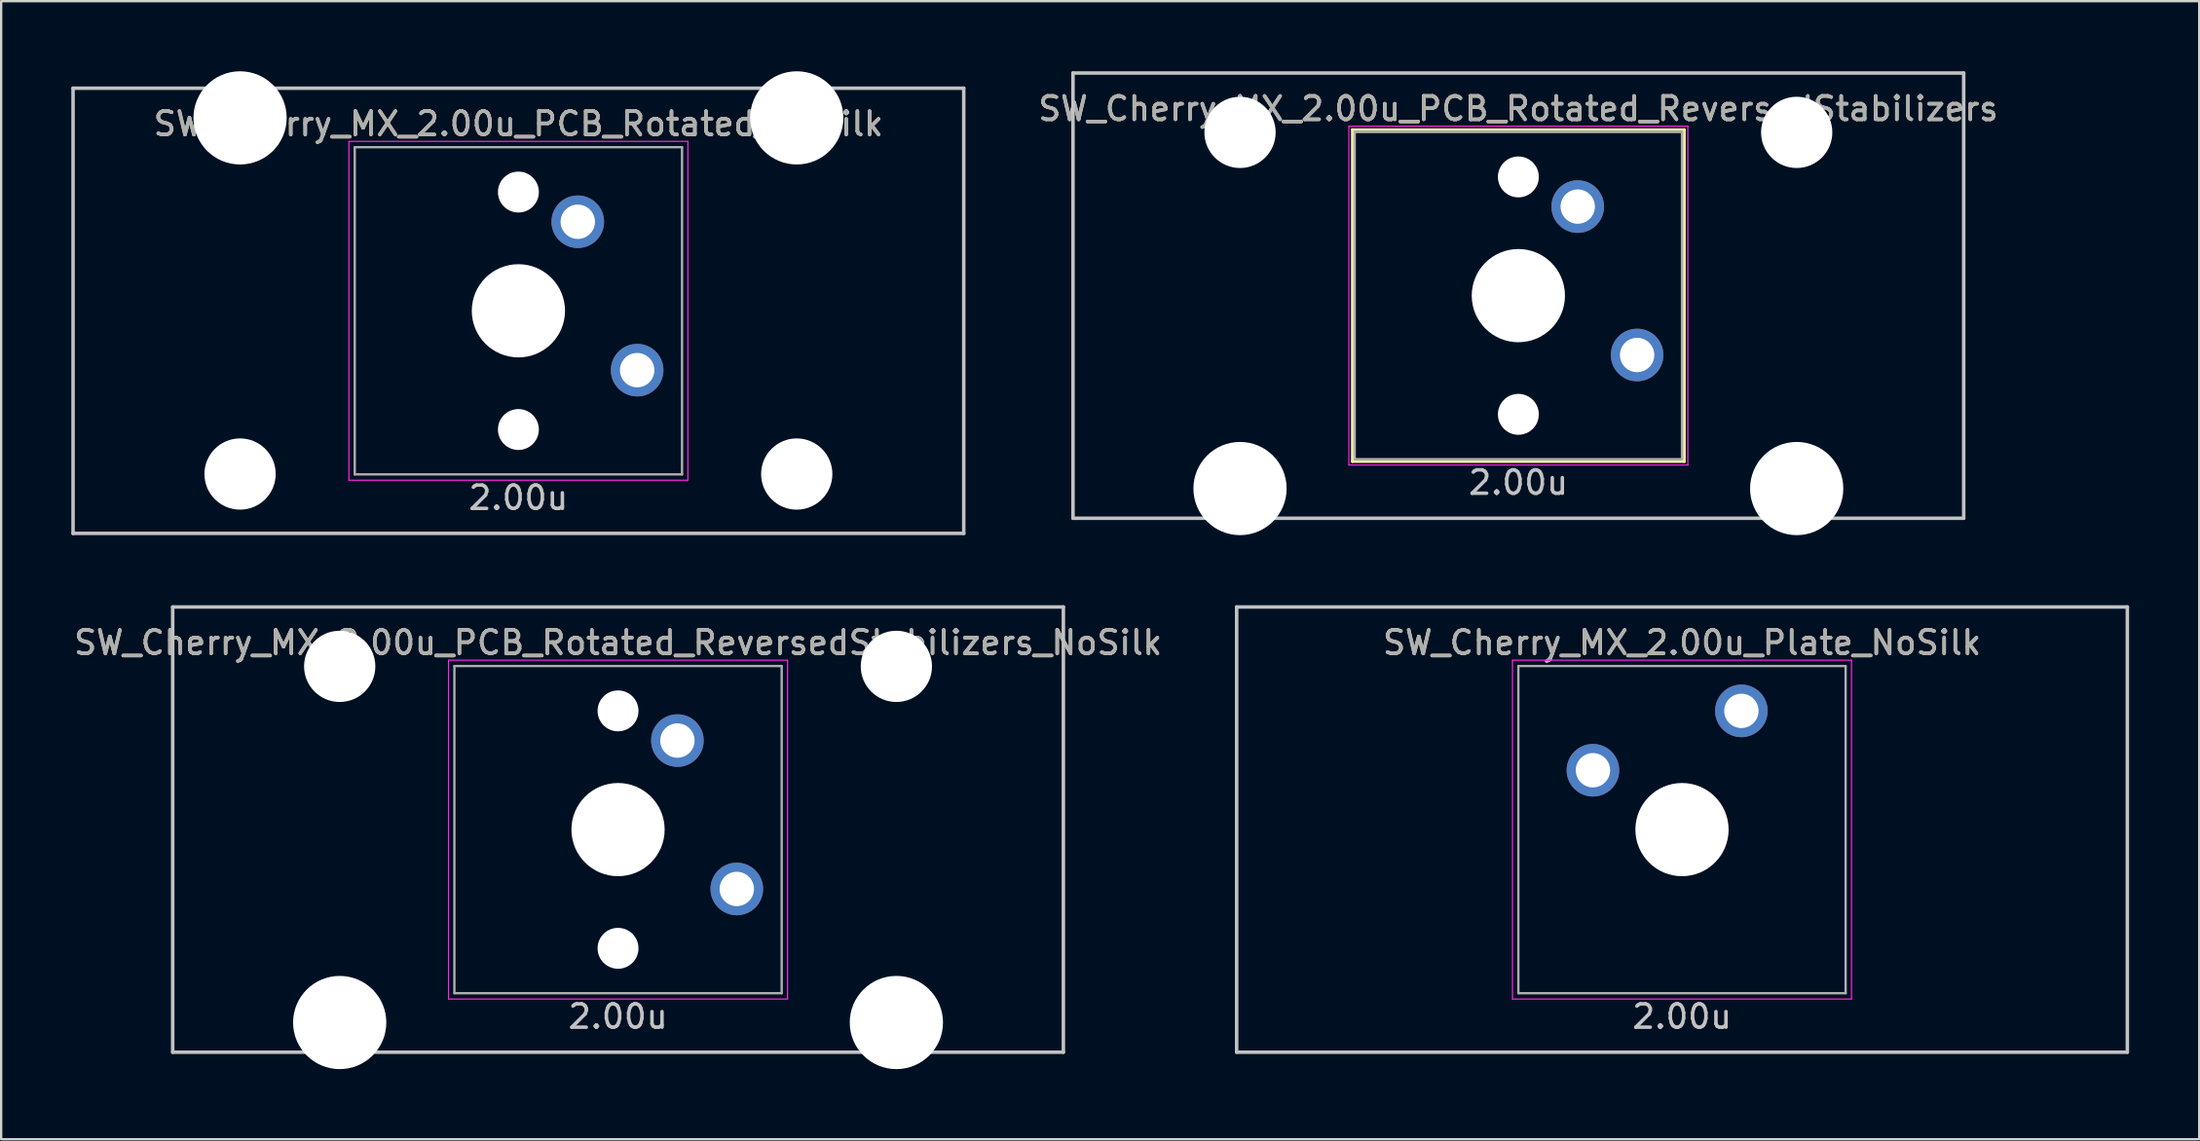
<source format=kicad_pcb>
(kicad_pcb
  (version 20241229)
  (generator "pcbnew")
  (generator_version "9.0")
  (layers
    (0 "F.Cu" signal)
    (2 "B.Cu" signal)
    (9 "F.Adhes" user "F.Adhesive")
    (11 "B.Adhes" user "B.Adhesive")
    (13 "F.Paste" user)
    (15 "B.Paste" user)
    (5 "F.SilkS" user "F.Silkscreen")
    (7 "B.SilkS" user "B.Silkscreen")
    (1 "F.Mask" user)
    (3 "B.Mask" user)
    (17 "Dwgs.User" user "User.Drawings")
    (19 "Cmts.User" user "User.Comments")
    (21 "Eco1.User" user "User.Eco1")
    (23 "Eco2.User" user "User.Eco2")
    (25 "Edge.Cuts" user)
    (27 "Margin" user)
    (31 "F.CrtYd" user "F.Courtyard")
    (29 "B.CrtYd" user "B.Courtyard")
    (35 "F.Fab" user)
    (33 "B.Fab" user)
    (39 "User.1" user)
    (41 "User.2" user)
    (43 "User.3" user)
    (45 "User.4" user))
  (footprint "SW_Cherry_MX_2.00u_PCB_Rotated_ReversedStabilizers_NoSilk"
    (layer "F.Cu")
    (at 23.387 32.449)
    (property "Reference" "SW_Cherry_MX_2.00u_PCB_Rotated_ReversedStabilizers_NoSilk" (at 0 -8 0) (layer "F.SilkS") (effects (font (size 1 1) (thickness 0.15))))
    (attr through_hole)
    (fp_line (start -19.05 9.525) (end -19.05 -9.525) (stroke (width 0.15) (type solid)) (layer "Dwgs.User"))
    (fp_line (start 19.05 -9.525) (end -19.05 -9.525) (stroke (width 0.15) (type solid)) (layer "Dwgs.User"))
    (fp_line (start 19.05 -9.525) (end 19.05 9.525) (stroke (width 0.15) (type solid)) (layer "Dwgs.User"))
    (fp_line (start 19.05 9.525) (end -19.05 9.525) (stroke (width 0.15) (type solid)) (layer "Dwgs.User"))
    (fp_line (start -7.25 -7.25) (end 7.25 -7.25) (stroke (width 0.05) (type solid)) (layer "F.CrtYd"))
    (fp_line (start -7.25 7.25) (end -7.25 -7.25) (stroke (width 0.05) (type solid)) (layer "F.CrtYd"))
    (fp_line (start 7.25 -7.25) (end 7.25 7.25) (stroke (width 0.05) (type solid)) (layer "F.CrtYd"))
    (fp_line (start 7.25 7.25) (end -7.25 7.25) (stroke (width 0.05) (type solid)) (layer "F.CrtYd"))
    (fp_line (start -7 -7) (end 7 -7) (stroke (width 0.1) (type solid)) (layer "F.Fab"))
    (fp_line (start -7 7) (end -7 -7) (stroke (width 0.1) (type solid)) (layer "F.Fab"))
    (fp_line (start 7 -7) (end 7 7) (stroke (width 0.1) (type solid)) (layer "F.Fab"))
    (fp_line (start 7 7) (end -7 7) (stroke (width 0.1) (type solid)) (layer "F.Fab"))
    (fp_text user "2.00u" (at 0 8 0) (layer "Dwgs.User") (effects (font (size 1 1) (thickness 0.15))))
    (fp_text user "${REFERENCE}" (at 0 -8 0) (layer "F.Fab") (effects (font (size 1 1) (thickness 0.15))))
    (pad "" np_thru_hole circle (at -11.906 -6.985 180) (size 3.048 3.048) (drill 3.048) (layers "*.Cu" "*.Mask"))
    (pad "" np_thru_hole circle (at -11.906 8.255 180) (size 3.988 3.988) (drill 3.988) (layers "*.Cu" "*.Mask"))
    (pad "" np_thru_hole circle (at 0 -5.08 318.1) (size 1.75 1.75) (drill 1.75) (layers "*.Cu" "*.Mask"))
    (pad "" np_thru_hole circle (at 0 0 270) (size 3.988 3.988) (drill 3.988) (layers "*.Cu" "*.Mask"))
    (pad "" np_thru_hole circle (at 0 5.08 318.1) (size 1.75 1.75) (drill 1.75) (layers "*.Cu" "*.Mask"))
    (pad "" np_thru_hole circle (at 11.906 -6.985 180) (size 3.048 3.048) (drill 3.048) (layers "*.Cu" "*.Mask"))
    (pad "" np_thru_hole circle (at 11.906 8.255 180) (size 3.988 3.988) (drill 3.988) (layers "*.Cu" "*.Mask"))
    (pad "1" thru_hole circle (at 2.54 -3.81 270) (size 2.25 2.25) (drill 1.47) (layers "*.Cu" "B.Mask"))
    (pad "2" thru_hole circle (at 5.08 2.54 270) (size 2.25 2.25) (drill 1.47) (layers "*.Cu" "B.Mask")))
  (footprint "SW_Cherry_MX_2.00u_PCB_Rotated_NoSilk"
    (layer "F.Cu")
    (at 19.125 10.249)
    (property "Reference" "SW_Cherry_MX_2.00u_PCB_Rotated_NoSilk" (at 0 -8 0) (layer "F.SilkS") (effects (font (size 1 1) (thickness 0.15))))
    (attr through_hole)
    (fp_line (start -19.05 9.525) (end -19.05 -9.525) (stroke (width 0.15) (type solid)) (layer "Dwgs.User"))
    (fp_line (start 19.05 -9.525) (end -19.05 -9.525) (stroke (width 0.15) (type solid)) (layer "Dwgs.User"))
    (fp_line (start 19.05 -9.525) (end 19.05 9.525) (stroke (width 0.15) (type solid)) (layer "Dwgs.User"))
    (fp_line (start 19.05 9.525) (end -19.05 9.525) (stroke (width 0.15) (type solid)) (layer "Dwgs.User"))
    (fp_line (start -7.25 -7.25) (end 7.25 -7.25) (stroke (width 0.05) (type solid)) (layer "F.CrtYd"))
    (fp_line (start -7.25 7.25) (end -7.25 -7.25) (stroke (width 0.05) (type solid)) (layer "F.CrtYd"))
    (fp_line (start 7.25 -7.25) (end 7.25 7.25) (stroke (width 0.05) (type solid)) (layer "F.CrtYd"))
    (fp_line (start 7.25 7.25) (end -7.25 7.25) (stroke (width 0.05) (type solid)) (layer "F.CrtYd"))
    (fp_line (start -7 -7) (end 7 -7) (stroke (width 0.1) (type solid)) (layer "F.Fab"))
    (fp_line (start -7 7) (end -7 -7) (stroke (width 0.1) (type solid)) (layer "F.Fab"))
    (fp_line (start 7 -7) (end 7 7) (stroke (width 0.1) (type solid)) (layer "F.Fab"))
    (fp_line (start 7 7) (end -7 7) (stroke (width 0.1) (type solid)) (layer "F.Fab"))
    (fp_text user "2.00u" (at 0 8 0) (layer "Dwgs.User") (effects (font (size 1 1) (thickness 0.15))))
    (fp_text user "${REFERENCE}" (at 0 -8 0) (layer "F.Fab") (effects (font (size 1 1) (thickness 0.15))))
    (pad "" np_thru_hole circle (at -11.906 -8.255 180) (size 3.988 3.988) (drill 3.988) (layers "*.Cu" "*.Mask"))
    (pad "" np_thru_hole circle (at -11.906 6.985 180) (size 3.048 3.048) (drill 3.048) (layers "*.Cu" "*.Mask"))
    (pad "" np_thru_hole circle (at 0 -5.08 318.1) (size 1.75 1.75) (drill 1.75) (layers "*.Cu" "*.Mask"))
    (pad "" np_thru_hole circle (at 0 0 270) (size 3.988 3.988) (drill 3.988) (layers "*.Cu" "*.Mask"))
    (pad "" np_thru_hole circle (at 0 5.08 318.1) (size 1.75 1.75) (drill 1.75) (layers "*.Cu" "*.Mask"))
    (pad "" np_thru_hole circle (at 11.906 -8.255 180) (size 3.988 3.988) (drill 3.988) (layers "*.Cu" "*.Mask"))
    (pad "" np_thru_hole circle (at 11.906 6.985 180) (size 3.048 3.048) (drill 3.048) (layers "*.Cu" "*.Mask"))
    (pad "1" thru_hole circle (at 2.54 -3.81 270) (size 2.25 2.25) (drill 1.47) (layers "*.Cu" "B.Mask"))
    (pad "2" thru_hole circle (at 5.08 2.54 270) (size 2.25 2.25) (drill 1.47) (layers "*.Cu" "B.Mask")))
  (footprint "SW_Cherry_MX_2.00u_PCB_Rotated_ReversedStabilizers"
    (layer "F.Cu")
    (at 61.899 9.6)
    (property "Reference" "SW_Cherry_MX_2.00u_PCB_Rotated_ReversedStabilizers" (at 0 -8 0) (layer "F.SilkS") (effects (font (size 1 1) (thickness 0.15))))
    (attr through_hole)
    (fp_line (start -7.1 -7.1) (end 7.1 -7.1) (stroke (width 0.12) (type solid)) (layer "F.SilkS"))
    (fp_line (start -7.1 7.1) (end -7.1 -7.1) (stroke (width 0.12) (type solid)) (layer "F.SilkS"))
    (fp_line (start 7.1 -7.1) (end 7.1 7.1) (stroke (width 0.12) (type solid)) (layer "F.SilkS"))
    (fp_line (start 7.1 7.1) (end -7.1 7.1) (stroke (width 0.12) (type solid)) (layer "F.SilkS"))
    (fp_line (start -19.05 9.525) (end -19.05 -9.525) (stroke (width 0.15) (type solid)) (layer "Dwgs.User"))
    (fp_line (start 19.05 -9.525) (end -19.05 -9.525) (stroke (width 0.15) (type solid)) (layer "Dwgs.User"))
    (fp_line (start 19.05 -9.525) (end 19.05 9.525) (stroke (width 0.15) (type solid)) (layer "Dwgs.User"))
    (fp_line (start 19.05 9.525) (end -19.05 9.525) (stroke (width 0.15) (type solid)) (layer "Dwgs.User"))
    (fp_line (start -7.25 -7.25) (end 7.25 -7.25) (stroke (width 0.05) (type solid)) (layer "F.CrtYd"))
    (fp_line (start -7.25 7.25) (end -7.25 -7.25) (stroke (width 0.05) (type solid)) (layer "F.CrtYd"))
    (fp_line (start 7.25 -7.25) (end 7.25 7.25) (stroke (width 0.05) (type solid)) (layer "F.CrtYd"))
    (fp_line (start 7.25 7.25) (end -7.25 7.25) (stroke (width 0.05) (type solid)) (layer "F.CrtYd"))
    (fp_line (start -7 -7) (end 7 -7) (stroke (width 0.1) (type solid)) (layer "F.Fab"))
    (fp_line (start -7 7) (end -7 -7) (stroke (width 0.1) (type solid)) (layer "F.Fab"))
    (fp_line (start 7 -7) (end 7 7) (stroke (width 0.1) (type solid)) (layer "F.Fab"))
    (fp_line (start 7 7) (end -7 7) (stroke (width 0.1) (type solid)) (layer "F.Fab"))
    (fp_text user "2.00u" (at 0 8 0) (layer "Dwgs.User") (effects (font (size 1 1) (thickness 0.15))))
    (fp_text user "${REFERENCE}" (at 0 -8 0) (layer "F.Fab") (effects (font (size 1 1) (thickness 0.15))))
    (pad "" np_thru_hole circle (at -11.906 -6.985 180) (size 3.048 3.048) (drill 3.048) (layers "*.Cu" "*.Mask"))
    (pad "" np_thru_hole circle (at -11.906 8.255 180) (size 3.988 3.988) (drill 3.988) (layers "*.Cu" "*.Mask"))
    (pad "" np_thru_hole circle (at 0 -5.08 318.1) (size 1.75 1.75) (drill 1.75) (layers "*.Cu" "*.Mask"))
    (pad "" np_thru_hole circle (at 0 0 270) (size 3.988 3.988) (drill 3.988) (layers "*.Cu" "*.Mask"))
    (pad "" np_thru_hole circle (at 0 5.08 318.1) (size 1.75 1.75) (drill 1.75) (layers "*.Cu" "*.Mask"))
    (pad "" np_thru_hole circle (at 11.906 -6.985 180) (size 3.048 3.048) (drill 3.048) (layers "*.Cu" "*.Mask"))
    (pad "" np_thru_hole circle (at 11.906 8.255 180) (size 3.988 3.988) (drill 3.988) (layers "*.Cu" "*.Mask"))
    (pad "1" thru_hole circle (at 2.54 -3.81 270) (size 2.25 2.25) (drill 1.47) (layers "*.Cu" "B.Mask"))
    (pad "2" thru_hole circle (at 5.08 2.54 270) (size 2.25 2.25) (drill 1.47) (layers "*.Cu" "B.Mask")))
  (footprint "SW_Cherry_MX_2.00u_Plate_NoSilk"
    (layer "F.Cu")
    (at 68.899 32.449)
    (property "Reference" "SW_Cherry_MX_2.00u_Plate_NoSilk" (at 0 -8 0) (layer "F.SilkS") (effects (font (size 1 1) (thickness 0.15))))
    (attr through_hole)
    (fp_line (start -19.05 -9.525) (end 19.05 -9.525) (stroke (width 0.15) (type solid)) (layer "Dwgs.User"))
    (fp_line (start -19.05 9.525) (end -19.05 -9.525) (stroke (width 0.15) (type solid)) (layer "Dwgs.User"))
    (fp_line (start -19.05 9.525) (end 19.05 9.525) (stroke (width 0.15) (type solid)) (layer "Dwgs.User"))
    (fp_line (start 19.05 -9.525) (end 19.05 9.525) (stroke (width 0.15) (type solid)) (layer "Dwgs.User"))
    (fp_line (start -7.25 -7.25) (end 7.25 -7.25) (stroke (width 0.05) (type solid)) (layer "F.CrtYd"))
    (fp_line (start -7.25 7.25) (end -7.25 -7.25) (stroke (width 0.05) (type solid)) (layer "F.CrtYd"))
    (fp_line (start 7.25 -7.25) (end 7.25 7.25) (stroke (width 0.05) (type solid)) (layer "F.CrtYd"))
    (fp_line (start 7.25 7.25) (end -7.25 7.25) (stroke (width 0.05) (type solid)) (layer "F.CrtYd"))
    (fp_line (start -7 -7) (end 7 -7) (stroke (width 0.1) (type solid)) (layer "F.Fab"))
    (fp_line (start -7 7) (end -7 -7) (stroke (width 0.1) (type solid)) (layer "F.Fab"))
    (fp_line (start 7 -7) (end 7 7) (stroke (width 0.1) (type solid)) (layer "F.Fab"))
    (fp_line (start 7 7) (end -7 7) (stroke (width 0.1) (type solid)) (layer "F.Fab"))
    (fp_text user "2.00u" (at 0 8 0) (layer "Dwgs.User") (effects (font (size 1 1) (thickness 0.15))))
    (fp_text user "${REFERENCE}" (at 0 -8 0) (layer "F.Fab") (effects (font (size 1 1) (thickness 0.15))))
    (pad "" np_thru_hole circle (at 0 0) (size 3.988 3.988) (drill 3.988) (layers "*.Cu" "*.Mask"))
    (pad "1" thru_hole circle (at -3.81 -2.54) (size 2.25 2.25) (drill 1.47) (layers "*.Cu" "B.Mask"))
    (pad "2" thru_hole circle (at 2.54 -5.08) (size 2.25 2.25) (drill 1.47) (layers "*.Cu" "B.Mask")))
  (gr_rect
    (start -3 -3)
    (end 91.024 45.698)
    (stroke (width 0.1) (type default))
    (fill no)
    (layer "Edge.Cuts")))
</source>
